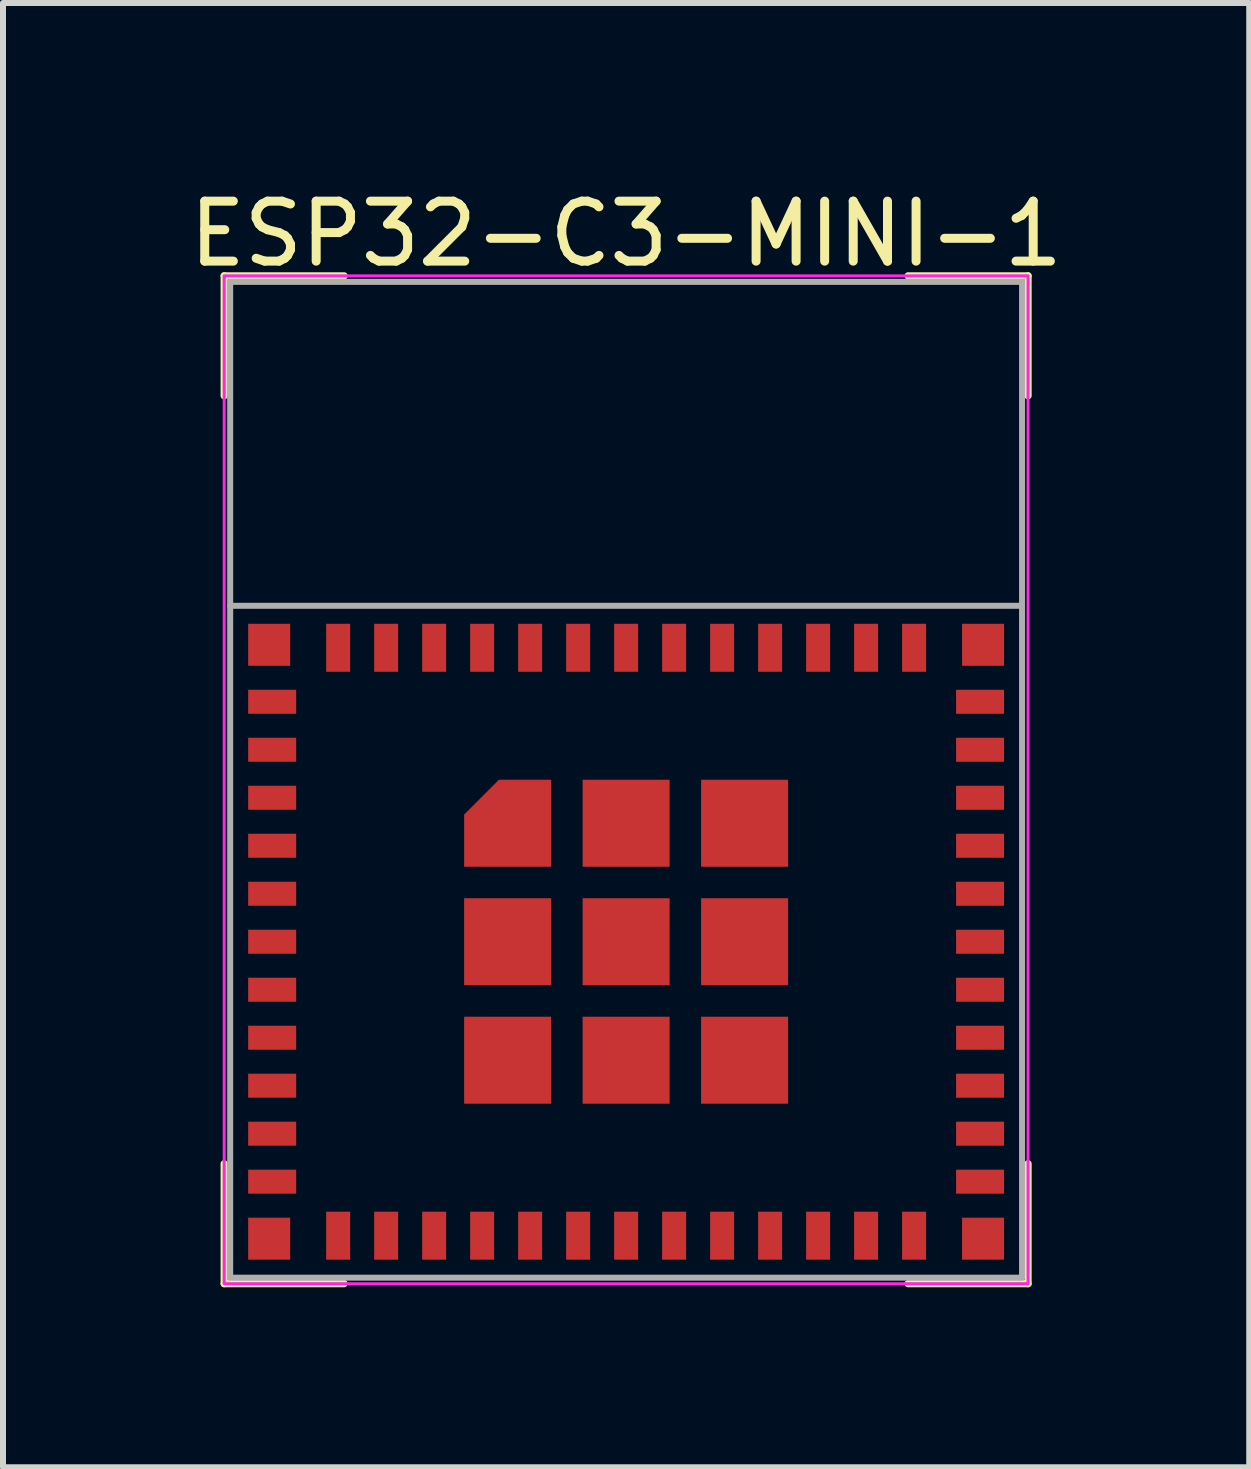
<source format=kicad_pcb>
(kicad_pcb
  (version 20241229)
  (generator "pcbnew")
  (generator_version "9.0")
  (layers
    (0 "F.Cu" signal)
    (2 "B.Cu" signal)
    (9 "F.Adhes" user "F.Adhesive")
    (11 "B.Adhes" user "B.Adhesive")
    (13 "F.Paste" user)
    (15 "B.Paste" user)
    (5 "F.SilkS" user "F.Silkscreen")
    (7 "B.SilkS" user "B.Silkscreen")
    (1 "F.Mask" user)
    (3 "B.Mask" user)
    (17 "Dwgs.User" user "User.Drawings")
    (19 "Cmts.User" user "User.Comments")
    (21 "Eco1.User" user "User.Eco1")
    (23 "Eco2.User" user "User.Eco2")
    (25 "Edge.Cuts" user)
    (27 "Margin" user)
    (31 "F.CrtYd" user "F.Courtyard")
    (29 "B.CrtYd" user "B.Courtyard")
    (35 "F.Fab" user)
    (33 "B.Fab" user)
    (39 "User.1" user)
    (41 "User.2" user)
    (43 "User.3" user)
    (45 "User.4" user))
  (footprint "ESP32-C3-MINI-1"
    (layer "F.Cu")
    (at 7.387 12.648)
    (property "Reference" "ESP32-C3-MINI-1" (at 0 -11.8 0) (unlocked yes) (layer "F.SilkS") (effects (font (size 1 1) (thickness 0.15))))
    (attr smd)
    (fp_line (start -6.7 -11.1) (end -6.7 -9.1) (stroke (width 0.12) (type default)) (layer "F.SilkS"))
    (fp_line (start -6.7 -11.1) (end -4.7 -11.1) (stroke (width 0.12) (type default)) (layer "F.SilkS"))
    (fp_line (start -6.7 5.7) (end -6.7 3.7) (stroke (width 0.12) (type default)) (layer "F.SilkS"))
    (fp_line (start -4.7 5.7) (end -6.7 5.7) (stroke (width 0.12) (type default)) (layer "F.SilkS"))
    (fp_line (start 4.7 -11.1) (end 6.7 -11.1) (stroke (width 0.12) (type default)) (layer "F.SilkS"))
    (fp_line (start 6.7 -11.1) (end 6.7 -9.1) (stroke (width 0.12) (type default)) (layer "F.SilkS"))
    (fp_line (start 6.7 3.7) (end 6.7 5.7) (stroke (width 0.12) (type default)) (layer "F.SilkS"))
    (fp_line (start 6.7 5.7) (end 4.7 5.7) (stroke (width 0.12) (type default)) (layer "F.SilkS"))
    (fp_rect (start -6.7 -11.1) (end 6.7 5.7) (stroke (width 0.05) (type default)) (fill no) (layer "F.CrtYd"))
    (fp_line (start -6.6 -5.6) (end 6.6 -5.6) (stroke (width 0.1) (type default)) (layer "F.Fab"))
    (fp_rect (start -6.6 5.6) (end 6.6 -11) (stroke (width 0.1) (type default)) (fill no) (layer "F.Fab"))
    (pad "1" smd rect (at -5.9 -4) (size 0.8 0.4) (layers "F.Cu" "F.Mask" "F.Paste"))
    (pad "2" smd rect (at -5.9 -3.2) (size 0.8 0.4) (layers "F.Cu" "F.Mask" "F.Paste"))
    (pad "3" smd rect (at -5.9 -2.4) (size 0.8 0.4) (layers "F.Cu" "F.Mask" "F.Paste"))
    (pad "4" smd rect (at -5.9 -1.6) (size 0.8 0.4) (layers "F.Cu" "F.Mask" "F.Paste"))
    (pad "5" smd rect (at -5.9 -0.8) (size 0.8 0.4) (layers "F.Cu" "F.Mask" "F.Paste"))
    (pad "6" smd rect (at -5.9 0) (size 0.8 0.4) (layers "F.Cu" "F.Mask" "F.Paste"))
    (pad "7" smd rect (at -5.9 0.8) (size 0.8 0.4) (layers "F.Cu" "F.Mask" "F.Paste"))
    (pad "8" smd rect (at -5.9 1.6) (size 0.8 0.4) (layers "F.Cu" "F.Mask" "F.Paste"))
    (pad "9" smd rect (at -5.9 2.4) (size 0.8 0.4) (layers "F.Cu" "F.Mask" "F.Paste"))
    (pad "10" smd rect (at -5.9 3.2) (size 0.8 0.4) (layers "F.Cu" "F.Mask" "F.Paste"))
    (pad "11" smd rect (at -5.9 4) (size 0.8 0.4) (layers "F.Cu" "F.Mask" "F.Paste"))
    (pad "12" smd rect (at -4.8 4.9 90) (size 0.8 0.4) (layers "F.Cu" "F.Mask" "F.Paste"))
    (pad "13" smd rect (at -4 4.9 90) (size 0.8 0.4) (layers "F.Cu" "F.Mask" "F.Paste"))
    (pad "14" smd rect (at -3.2 4.9 90) (size 0.8 0.4) (layers "F.Cu" "F.Mask" "F.Paste"))
    (pad "15" smd rect (at -2.4 4.9 90) (size 0.8 0.4) (layers "F.Cu" "F.Mask" "F.Paste"))
    (pad "16" smd rect (at -1.6 4.9 90) (size 0.8 0.4) (layers "F.Cu" "F.Mask" "F.Paste"))
    (pad "17" smd rect (at -0.8 4.9 90) (size 0.8 0.4) (layers "F.Cu" "F.Mask" "F.Paste"))
    (pad "18" smd rect (at 0 4.9 90) (size 0.8 0.4) (layers "F.Cu" "F.Mask" "F.Paste"))
    (pad "19" smd rect (at 0.8 4.9 90) (size 0.8 0.4) (layers "F.Cu" "F.Mask" "F.Paste"))
    (pad "20" smd rect (at 1.6 4.9 90) (size 0.8 0.4) (layers "F.Cu" "F.Mask" "F.Paste"))
    (pad "21" smd rect (at 2.4 4.9 90) (size 0.8 0.4) (layers "F.Cu" "F.Mask" "F.Paste"))
    (pad "22" smd rect (at 3.2 4.9 90) (size 0.8 0.4) (layers "F.Cu" "F.Mask" "F.Paste"))
    (pad "23" smd rect (at 4 4.9 90) (size 0.8 0.4) (layers "F.Cu" "F.Mask" "F.Paste"))
    (pad "24" smd rect (at 4.8 4.9 90) (size 0.8 0.4) (layers "F.Cu" "F.Mask" "F.Paste"))
    (pad "25" smd rect (at 5.9 4) (size 0.8 0.4) (layers "F.Cu" "F.Mask" "F.Paste"))
    (pad "26" smd rect (at 5.9 3.2) (size 0.8 0.4) (layers "F.Cu" "F.Mask" "F.Paste"))
    (pad "27" smd rect (at 5.9 2.4) (size 0.8 0.4) (layers "F.Cu" "F.Mask" "F.Paste"))
    (pad "28" smd rect (at 5.9 1.6) (size 0.8 0.4) (layers "F.Cu" "F.Mask" "F.Paste"))
    (pad "29" smd rect (at 5.9 0.8) (size 0.8 0.4) (layers "F.Cu" "F.Mask" "F.Paste"))
    (pad "30" smd rect (at 5.9 0) (size 0.8 0.4) (layers "F.Cu" "F.Mask" "F.Paste"))
    (pad "31" smd rect (at 5.9 -0.8) (size 0.8 0.4) (layers "F.Cu" "F.Mask" "F.Paste"))
    (pad "32" smd rect (at 5.9 -1.6) (size 0.8 0.4) (layers "F.Cu" "F.Mask" "F.Paste"))
    (pad "33" smd rect (at 5.9 -2.4) (size 0.8 0.4) (layers "F.Cu" "F.Mask" "F.Paste"))
    (pad "34" smd rect (at 5.9 -3.2) (size 0.8 0.4) (layers "F.Cu" "F.Mask" "F.Paste"))
    (pad "35" smd rect (at 5.9 -4) (size 0.8 0.4) (layers "F.Cu" "F.Mask" "F.Paste"))
    (pad "36" smd rect (at 4.8 -4.9 90) (size 0.8 0.4) (layers "F.Cu" "F.Mask" "F.Paste"))
    (pad "37" smd rect (at 4 -4.9 90) (size 0.8 0.4) (layers "F.Cu" "F.Mask" "F.Paste"))
    (pad "38" smd rect (at 3.2 -4.9 90) (size 0.8 0.4) (layers "F.Cu" "F.Mask" "F.Paste"))
    (pad "39" smd rect (at 2.4 -4.9 90) (size 0.8 0.4) (layers "F.Cu" "F.Mask" "F.Paste"))
    (pad "40" smd rect (at 1.6 -4.9 90) (size 0.8 0.4) (layers "F.Cu" "F.Mask" "F.Paste"))
    (pad "41" smd rect (at 0.8 -4.9 90) (size 0.8 0.4) (layers "F.Cu" "F.Mask" "F.Paste"))
    (pad "42" smd rect (at 0 -4.9 90) (size 0.8 0.4) (layers "F.Cu" "F.Mask" "F.Paste"))
    (pad "43" smd rect (at -0.8 -4.9 90) (size 0.8 0.4) (layers "F.Cu" "F.Mask" "F.Paste"))
    (pad "44" smd rect (at -1.6 -4.9 90) (size 0.8 0.4) (layers "F.Cu" "F.Mask" "F.Paste"))
    (pad "45" smd rect (at -2.4 -4.9 90) (size 0.8 0.4) (layers "F.Cu" "F.Mask" "F.Paste"))
    (pad "46" smd rect (at -3.2 -4.9 90) (size 0.8 0.4) (layers "F.Cu" "F.Mask" "F.Paste"))
    (pad "47" smd rect (at -4 -4.9 90) (size 0.8 0.4) (layers "F.Cu" "F.Mask" "F.Paste"))
    (pad "48" smd rect (at -4.8 -4.9 90) (size 0.8 0.4) (layers "F.Cu" "F.Mask" "F.Paste"))
    (pad "49" smd roundrect (at -1.975 -1.975) (size 1.45 1.45) (layers "F.Cu" "F.Mask" "F.Paste") (roundrect_rratio 0) (chamfer_ratio 0.4) (chamfer top_left))
    (pad "49" smd rect (at -1.975 0) (size 1.45 1.45) (layers "F.Cu" "F.Mask" "F.Paste"))
    (pad "49" smd rect (at -1.975 1.975) (size 1.45 1.45) (layers "F.Cu" "F.Mask" "F.Paste"))
    (pad "49" smd rect (at 0 -1.975) (size 1.45 1.45) (layers "F.Cu" "F.Mask" "F.Paste"))
    (pad "49" smd rect (at 0 0) (size 1.45 1.45) (layers "F.Cu" "F.Mask" "F.Paste"))
    (pad "49" smd rect (at 0 1.975) (size 1.45 1.45) (layers "F.Cu" "F.Mask" "F.Paste"))
    (pad "49" smd rect (at 1.975 -1.975) (size 1.45 1.45) (layers "F.Cu" "F.Mask" "F.Paste"))
    (pad "49" smd rect (at 1.975 0) (size 1.45 1.45) (layers "F.Cu" "F.Mask" "F.Paste"))
    (pad "49" smd rect (at 1.975 1.975) (size 1.45 1.45) (layers "F.Cu" "F.Mask" "F.Paste"))
    (pad "50" smd trapezoid (at 5.95 -4.95) (size 0.7 0.7) (layers "F.Cu" "F.Mask" "F.Paste"))
    (pad "51" smd trapezoid (at 5.95 4.95) (size 0.7 0.7) (layers "F.Cu" "F.Mask" "F.Paste"))
    (pad "52" smd trapezoid (at -5.95 4.95) (size 0.7 0.7) (layers "F.Cu" "F.Mask" "F.Paste"))
    (pad "53" smd trapezoid (at -5.95 -4.95) (size 0.7 0.7) (layers "F.Cu" "F.Mask" "F.Paste")))
  (gr_rect
    (start -3 -3)
    (end 17.774 21.408)
    (stroke (width 0.1) (type default))
    (fill no)
    (layer "Edge.Cuts")))
</source>
